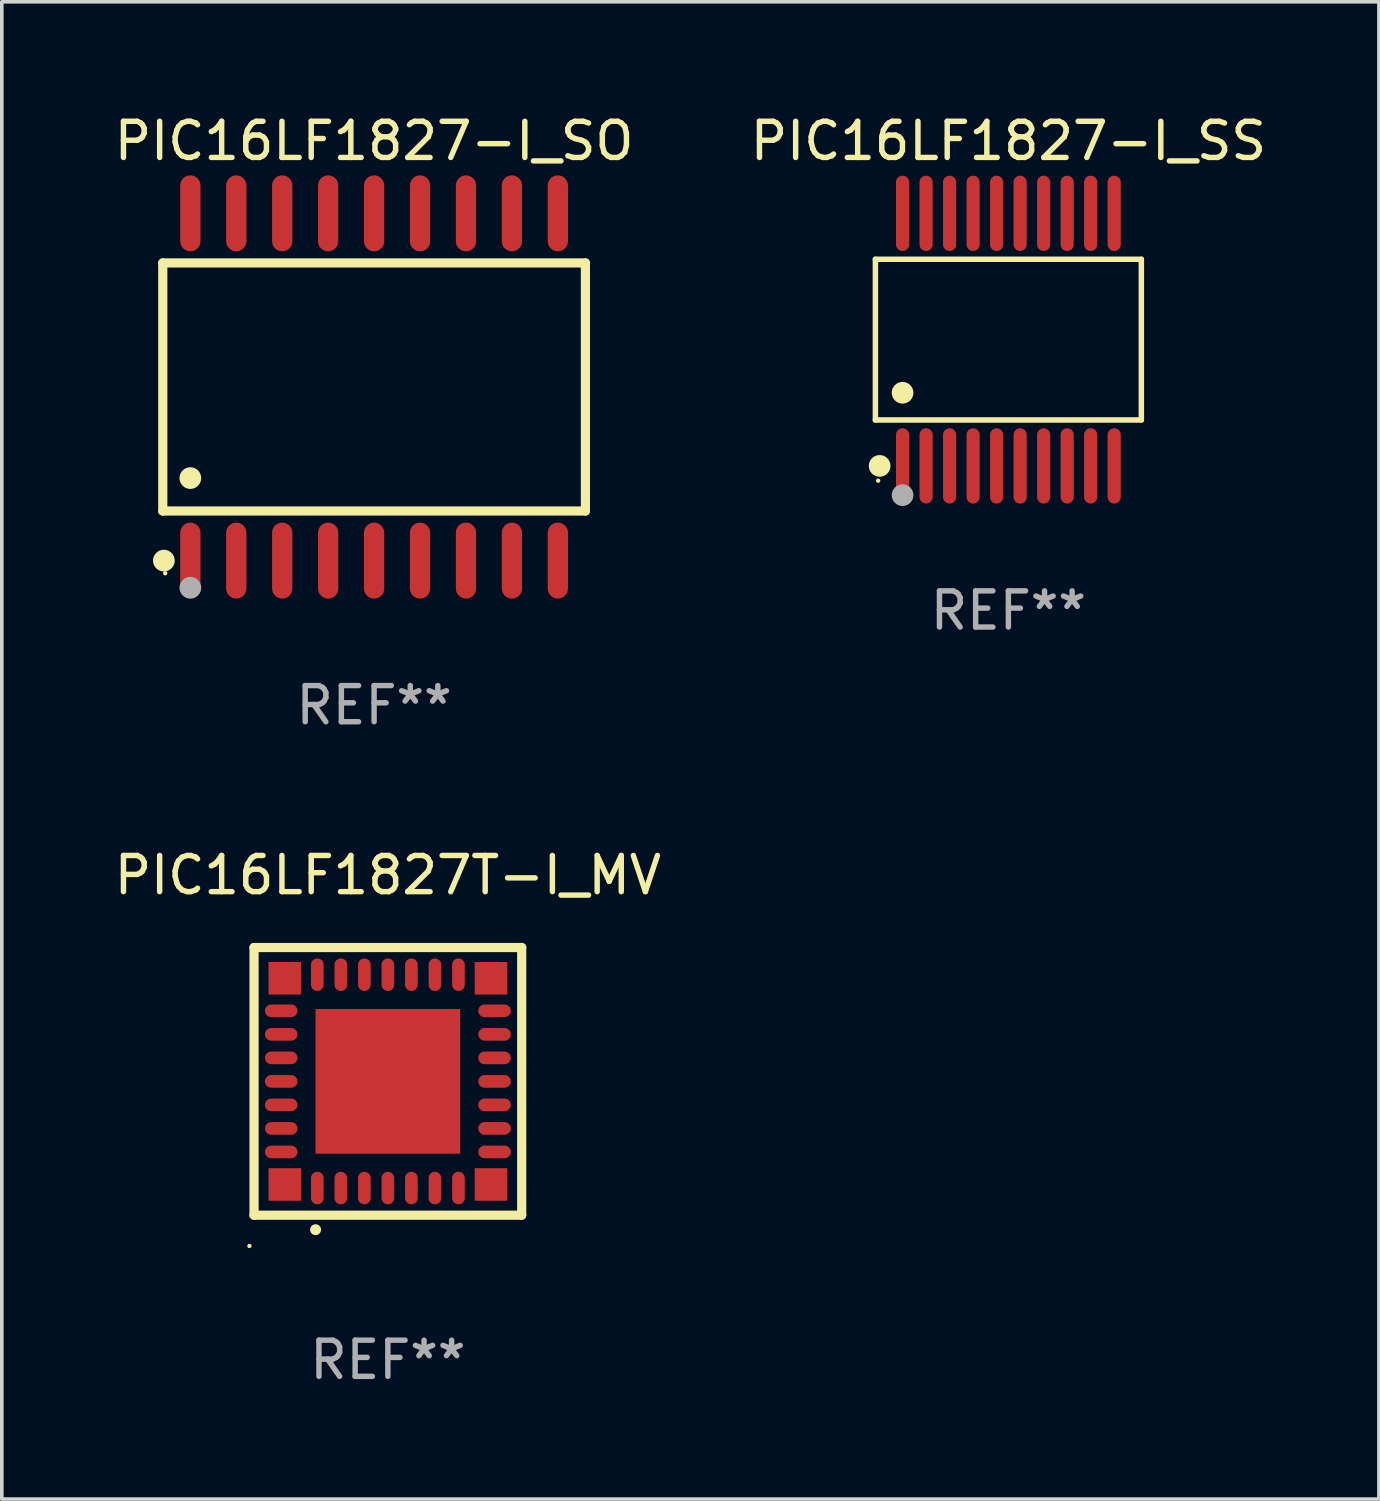
<source format=kicad_pcb>
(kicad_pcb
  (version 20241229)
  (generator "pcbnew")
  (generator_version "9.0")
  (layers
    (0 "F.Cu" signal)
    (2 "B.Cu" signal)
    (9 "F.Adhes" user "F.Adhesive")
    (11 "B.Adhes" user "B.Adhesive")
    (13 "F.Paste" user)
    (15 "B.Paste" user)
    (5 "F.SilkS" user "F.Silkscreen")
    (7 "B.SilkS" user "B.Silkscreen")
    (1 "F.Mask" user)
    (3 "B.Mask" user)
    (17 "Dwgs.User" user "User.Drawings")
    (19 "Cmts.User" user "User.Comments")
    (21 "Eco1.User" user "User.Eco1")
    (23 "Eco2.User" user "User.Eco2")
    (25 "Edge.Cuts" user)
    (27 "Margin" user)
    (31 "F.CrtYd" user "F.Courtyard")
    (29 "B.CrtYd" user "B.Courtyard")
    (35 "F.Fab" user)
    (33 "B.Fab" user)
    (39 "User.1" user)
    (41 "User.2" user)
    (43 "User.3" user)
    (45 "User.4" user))
  (footprint "PIC16LF1827-I_SO"
    (layer "F.Cu")
    (at 7.292 7.648)
    (property "Reference" "PIC16LF1827-I_SO" (at 0 -6.8 0) (layer "F.SilkS") (effects (font (size 1 1) (thickness 0.15))))
    (attr through_hole)
    (fp_line (start -5.842 -3.429) (end -5.842 3.429) (stroke (width 0.254) (type solid)) (layer "F.SilkS"))
    (fp_line (start -5.842 3.429) (end 5.842 3.429) (stroke (width 0.254) (type solid)) (layer "F.SilkS"))
    (fp_line (start 5.842 -3.429) (end -5.842 -3.429) (stroke (width 0.254) (type solid)) (layer "F.SilkS"))
    (fp_line (start 5.842 3.429) (end 5.842 -3.429) (stroke (width 0.254) (type solid)) (layer "F.SilkS"))
    (fp_circle (center -5.812 4.8) (end -5.662 4.8) (stroke (width 0.3) (type solid)) (fill no) (layer "F.SilkS"))
    (fp_circle (center -5.775 5.15) (end -5.745 5.15) (stroke (width 0.06) (type solid)) (fill no) (layer "F.SilkS"))
    (fp_circle (center -5.08 2.519) (end -4.93 2.519) (stroke (width 0.3) (type solid)) (fill no) (layer "F.SilkS"))
    (fp_circle (center -5.08 5.55) (end -4.93 5.55) (stroke (width 0.3) (type solid)) (fill no) (layer "F.Fab"))
    (fp_text user "REF**" (at 0 8.8 0) (layer "F.Fab") (effects (font (size 1 1) (thickness 0.15))))
    (pad "1" smd oval (at -5.08 4.8) (size 0.56 2.1) (layers "F.Cu" "F.Mask" "F.Paste"))
    (pad "2" smd oval (at -3.81 4.8) (size 0.56 2.1) (layers "F.Cu" "F.Mask" "F.Paste"))
    (pad "3" smd oval (at -2.54 4.8) (size 0.56 2.1) (layers "F.Cu" "F.Mask" "F.Paste"))
    (pad "4" smd oval (at -1.27 4.8) (size 0.56 2.1) (layers "F.Cu" "F.Mask" "F.Paste"))
    (pad "5" smd oval (at 0 4.8) (size 0.56 2.1) (layers "F.Cu" "F.Mask" "F.Paste"))
    (pad "6" smd oval (at 1.27 4.8) (size 0.56 2.1) (layers "F.Cu" "F.Mask" "F.Paste"))
    (pad "7" smd oval (at 2.54 4.8) (size 0.56 2.1) (layers "F.Cu" "F.Mask" "F.Paste"))
    (pad "8" smd oval (at 3.81 4.8) (size 0.56 2.1) (layers "F.Cu" "F.Mask" "F.Paste"))
    (pad "9" smd oval (at 5.08 4.8) (size 0.56 2.1) (layers "F.Cu" "F.Mask" "F.Paste"))
    (pad "10" smd oval (at 5.08 -4.8) (size 0.56 2.1) (layers "F.Cu" "F.Mask" "F.Paste"))
    (pad "11" smd oval (at 3.81 -4.8) (size 0.56 2.1) (layers "F.Cu" "F.Mask" "F.Paste"))
    (pad "12" smd oval (at 2.54 -4.8) (size 0.56 2.1) (layers "F.Cu" "F.Mask" "F.Paste"))
    (pad "13" smd oval (at 1.27 -4.8) (size 0.56 2.1) (layers "F.Cu" "F.Mask" "F.Paste"))
    (pad "14" smd oval (at 0 -4.8) (size 0.56 2.1) (layers "F.Cu" "F.Mask" "F.Paste"))
    (pad "15" smd oval (at -1.27 -4.8) (size 0.56 2.1) (layers "F.Cu" "F.Mask" "F.Paste"))
    (pad "16" smd oval (at -2.54 -4.8) (size 0.56 2.1) (layers "F.Cu" "F.Mask" "F.Paste"))
    (pad "17" smd oval (at -3.81 -4.8) (size 0.56 2.1) (layers "F.Cu" "F.Mask" "F.Paste"))
    (pad "18" smd oval (at -5.08 -4.8) (size 0.56 2.1) (layers "F.Cu" "F.Mask" "F.Paste")))
  (footprint "PIC16LF1827T-I_MV"
    (layer "F.Cu")
    (at 7.673 26.845)
    (property "Reference" "PIC16LF1827T-I_MV" (at 0 -5.7 0) (layer "F.SilkS") (effects (font (size 1 1) (thickness 0.15))))
    (attr through_hole)
    (fp_line (start -3.7 -3.7) (end 3.7 -3.7) (stroke (width 0.254) (type solid)) (layer "F.SilkS"))
    (fp_line (start -3.7 3.7) (end -3.7 -3.7) (stroke (width 0.254) (type solid)) (layer "F.SilkS"))
    (fp_line (start 3.7 -3.7) (end 3.7 3.7) (stroke (width 0.254) (type solid)) (layer "F.SilkS"))
    (fp_line (start 3.7 3.7) (end -3.7 3.7) (stroke (width 0.254) (type solid)) (layer "F.SilkS"))
    (fp_arc (start -2 4.1) (mid -1.99873 4.099995) (end -1.99746 4.1) (stroke (width 0.3) (type solid)) (layer "F.SilkS"))
    (fp_circle (center -3.827 4.55) (end -3.797 4.55) (stroke (width 0.06) (type solid)) (fill no) (layer "F.SilkS"))
    (fp_text user "REF**" (at 0 7.7 0) (layer "F.Fab") (effects (font (size 1 1) (thickness 0.15))))
    (pad "1" smd oval (at -1.951 2.949 180) (size 0.35 0.9) (layers "F.Cu" "F.Mask" "F.Paste"))
    (pad "2" smd oval (at -1.3 2.949 180) (size 0.35 0.9) (layers "F.Cu" "F.Mask" "F.Paste"))
    (pad "3" smd oval (at -0.65 2.949 180) (size 0.35 0.9) (layers "F.Cu" "F.Mask" "F.Paste"))
    (pad "4" smd oval (at 0.000051 2.949 180) (size 0.35 0.9) (layers "F.Cu" "F.Mask" "F.Paste"))
    (pad "5" smd oval (at 0.65 2.949 180) (size 0.35 0.9) (layers "F.Cu" "F.Mask" "F.Paste"))
    (pad "6" smd oval (at 1.301 2.949 180) (size 0.35 0.9) (layers "F.Cu" "F.Mask" "F.Paste"))
    (pad "7" smd oval (at 1.951 2.949 180) (size 0.35 0.9) (layers "F.Cu" "F.Mask" "F.Paste"))
    (pad "8" smd oval (at 2.949 1.951 90) (size 0.35 0.9) (layers "F.Cu" "F.Mask" "F.Paste"))
    (pad "9" smd oval (at 2.949 1.301 90) (size 0.35 0.9) (layers "F.Cu" "F.Mask" "F.Paste"))
    (pad "10" smd oval (at 2.949 0.65 90) (size 0.35 0.9) (layers "F.Cu" "F.Mask" "F.Paste"))
    (pad "11" smd oval (at 2.949 0.000051 90) (size 0.35 0.9) (layers "F.Cu" "F.Mask" "F.Paste"))
    (pad "12" smd oval (at 2.949 -0.65 90) (size 0.35 0.9) (layers "F.Cu" "F.Mask" "F.Paste"))
    (pad "13" smd oval (at 2.949 -1.3 90) (size 0.35 0.9) (layers "F.Cu" "F.Mask" "F.Paste"))
    (pad "14" smd oval (at 2.949 -1.951 90) (size 0.35 0.9) (layers "F.Cu" "F.Mask" "F.Paste"))
    (pad "15" smd oval (at 1.951 -2.949 180) (size 0.35 0.9) (layers "F.Cu" "F.Mask" "F.Paste"))
    (pad "16" smd oval (at 1.301 -2.949 180) (size 0.35 0.9) (layers "F.Cu" "F.Mask" "F.Paste"))
    (pad "17" smd oval (at 0.65 -2.949 180) (size 0.35 0.9) (layers "F.Cu" "F.Mask" "F.Paste"))
    (pad "18" smd oval (at 0.000051 -2.949 180) (size 0.35 0.9) (layers "F.Cu" "F.Mask" "F.Paste"))
    (pad "19" smd oval (at -0.65 -2.949 180) (size 0.35 0.9) (layers "F.Cu" "F.Mask" "F.Paste"))
    (pad "20" smd oval (at -1.3 -2.949 180) (size 0.35 0.9) (layers "F.Cu" "F.Mask" "F.Paste"))
    (pad "21" smd oval (at -1.951 -2.949 180) (size 0.35 0.9) (layers "F.Cu" "F.Mask" "F.Paste"))
    (pad "22" smd oval (at -2.949 -1.951 90) (size 0.35 0.9) (layers "F.Cu" "F.Mask" "F.Paste"))
    (pad "23" smd oval (at -2.949 -1.3 90) (size 0.35 0.9) (layers "F.Cu" "F.Mask" "F.Paste"))
    (pad "24" smd oval (at -2.949 -0.65 90) (size 0.35 0.9) (layers "F.Cu" "F.Mask" "F.Paste"))
    (pad "25" smd oval (at -2.949 0.000051 90) (size 0.35 0.9) (layers "F.Cu" "F.Mask" "F.Paste"))
    (pad "26" smd oval (at -2.949 0.65 90) (size 0.35 0.9) (layers "F.Cu" "F.Mask" "F.Paste"))
    (pad "27" smd oval (at -2.949 1.301 90) (size 0.35 0.9) (layers "F.Cu" "F.Mask" "F.Paste"))
    (pad "28" smd oval (at -2.949 1.951 90) (size 0.35 0.9) (layers "F.Cu" "F.Mask" "F.Paste"))
    (pad "29" smd rect (at -2.85 -2.85 90) (size 0.9 0.9) (layers "F.Cu" "F.Mask" "F.Paste"))
    (pad "29" smd rect (at -2.85 2.85 90) (size 0.9 0.9) (layers "F.Cu" "F.Mask" "F.Paste"))
    (pad "29" smd rect (at 0.000051 0.000051 90) (size 4 4) (layers "F.Cu" "F.Mask" "F.Paste"))
    (pad "29" smd rect (at 2.85 -2.85 90) (size 0.9 0.9) (layers "F.Cu" "F.Mask" "F.Paste"))
    (pad "29" smd rect (at 2.85 2.85 90) (size 0.9 0.9) (layers "F.Cu" "F.Mask" "F.Paste")))
  (footprint "PIC16LF1827-I_SS"
    (layer "F.Cu")
    (at 24.827 6.339)
    (property "Reference" "PIC16LF1827-I_SS" (at 0 -5.491 0) (layer "F.SilkS") (effects (font (size 1 1) (thickness 0.15))))
    (attr through_hole)
    (fp_line (start -3.676 -2.221) (end 3.676 -2.221) (stroke (width 0.152) (type solid)) (layer "F.SilkS"))
    (fp_line (start -3.676 2.221) (end -3.676 -2.221) (stroke (width 0.152) (type solid)) (layer "F.SilkS"))
    (fp_line (start 3.676 -2.221) (end 3.676 2.221) (stroke (width 0.152) (type solid)) (layer "F.SilkS"))
    (fp_line (start 3.676 2.221) (end -3.676 2.221) (stroke (width 0.152) (type solid)) (layer "F.SilkS"))
    (fp_circle (center -3.6 3.9) (end -3.57 3.9) (stroke (width 0.06) (type solid)) (fill no) (layer "F.SilkS"))
    (fp_circle (center -3.559 3.491) (end -3.409 3.491) (stroke (width 0.3) (type solid)) (fill no) (layer "F.SilkS"))
    (fp_circle (center -2.925 1.469) (end -2.775 1.469) (stroke (width 0.3) (type solid)) (fill no) (layer "F.SilkS"))
    (fp_circle (center -2.925 4.3) (end -2.775 4.3) (stroke (width 0.3) (type solid)) (fill no) (layer "F.Fab"))
    (fp_text user "REF**" (at 0 7.491 0) (layer "F.Fab") (effects (font (size 1 1) (thickness 0.15))))
    (pad "1" smd oval (at -2.925 3.491) (size 0.364 2.082) (layers "F.Cu" "F.Mask" "F.Paste"))
    (pad "2" smd oval (at -2.275 3.491) (size 0.364 2.082) (layers "F.Cu" "F.Mask" "F.Paste"))
    (pad "3" smd oval (at -1.625 3.491) (size 0.364 2.082) (layers "F.Cu" "F.Mask" "F.Paste"))
    (pad "4" smd oval (at -0.975 3.491) (size 0.364 2.082) (layers "F.Cu" "F.Mask" "F.Paste"))
    (pad "5" smd oval (at -0.325 3.491) (size 0.364 2.082) (layers "F.Cu" "F.Mask" "F.Paste"))
    (pad "6" smd oval (at 0.325 3.491) (size 0.364 2.082) (layers "F.Cu" "F.Mask" "F.Paste"))
    (pad "7" smd oval (at 0.975 3.491) (size 0.364 2.082) (layers "F.Cu" "F.Mask" "F.Paste"))
    (pad "8" smd oval (at 1.625 3.491) (size 0.364 2.082) (layers "F.Cu" "F.Mask" "F.Paste"))
    (pad "9" smd oval (at 2.275 3.491) (size 0.364 2.082) (layers "F.Cu" "F.Mask" "F.Paste"))
    (pad "10" smd oval (at 2.925 3.491) (size 0.364 2.082) (layers "F.Cu" "F.Mask" "F.Paste"))
    (pad "11" smd oval (at 2.925 -3.491) (size 0.364 2.082) (layers "F.Cu" "F.Mask" "F.Paste"))
    (pad "12" smd oval (at 2.275 -3.491) (size 0.364 2.082) (layers "F.Cu" "F.Mask" "F.Paste"))
    (pad "13" smd oval (at 1.625 -3.491) (size 0.364 2.082) (layers "F.Cu" "F.Mask" "F.Paste"))
    (pad "14" smd oval (at 0.975 -3.491) (size 0.364 2.082) (layers "F.Cu" "F.Mask" "F.Paste"))
    (pad "15" smd oval (at 0.325 -3.491) (size 0.364 2.082) (layers "F.Cu" "F.Mask" "F.Paste"))
    (pad "16" smd oval (at -0.325 -3.491) (size 0.364 2.082) (layers "F.Cu" "F.Mask" "F.Paste"))
    (pad "17" smd oval (at -0.975 -3.491) (size 0.364 2.082) (layers "F.Cu" "F.Mask" "F.Paste"))
    (pad "18" smd oval (at -1.625 -3.491) (size 0.364 2.082) (layers "F.Cu" "F.Mask" "F.Paste"))
    (pad "19" smd oval (at -2.275 -3.491) (size 0.364 2.082) (layers "F.Cu" "F.Mask" "F.Paste"))
    (pad "20" smd oval (at -2.925 -3.491) (size 0.364 2.082) (layers "F.Cu" "F.Mask" "F.Paste")))
  (gr_rect
    (start -3 -3)
    (end 35.071 38.393)
    (stroke (width 0.1) (type default))
    (fill no)
    (layer "Edge.Cuts")))
</source>
